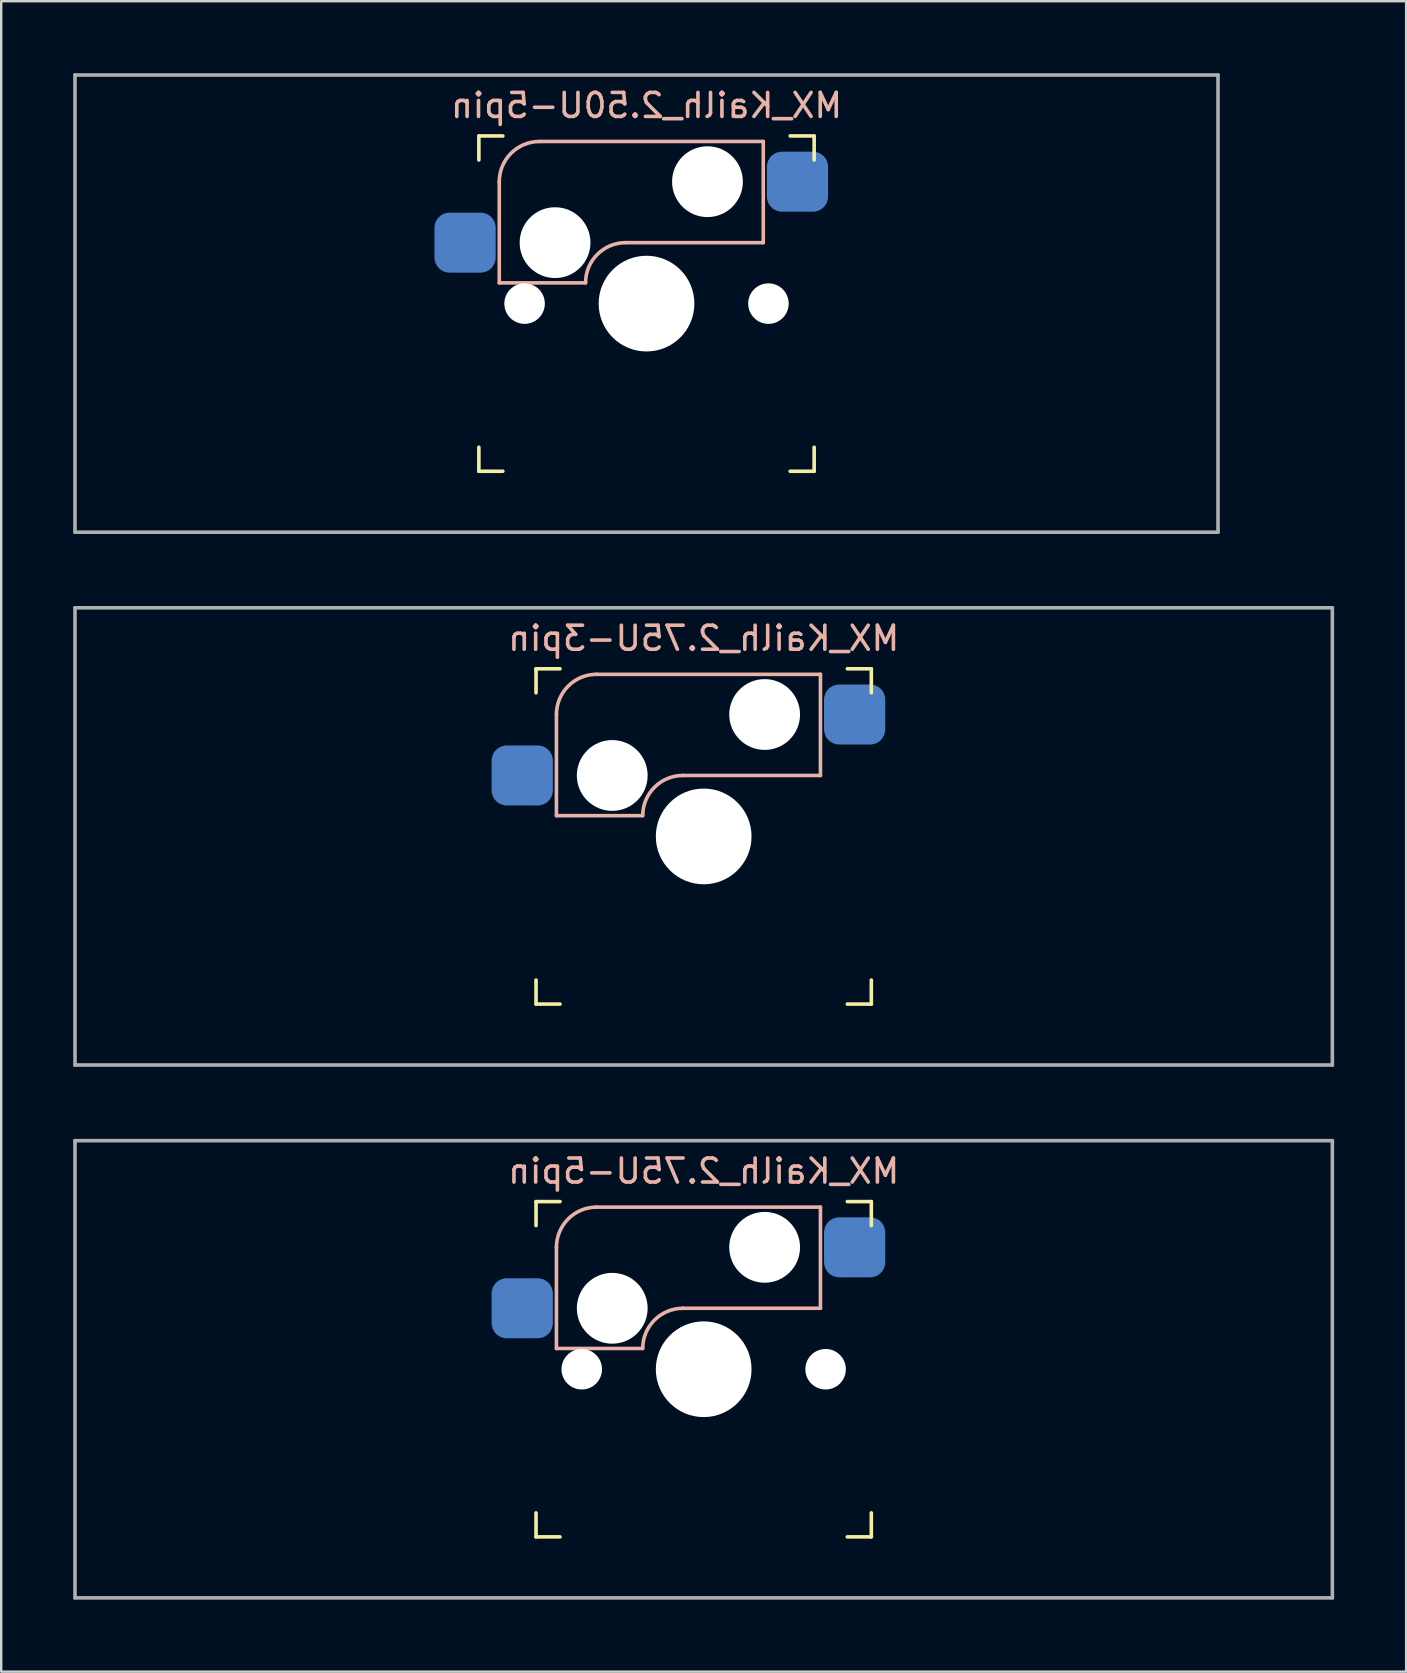
<source format=kicad_pcb>
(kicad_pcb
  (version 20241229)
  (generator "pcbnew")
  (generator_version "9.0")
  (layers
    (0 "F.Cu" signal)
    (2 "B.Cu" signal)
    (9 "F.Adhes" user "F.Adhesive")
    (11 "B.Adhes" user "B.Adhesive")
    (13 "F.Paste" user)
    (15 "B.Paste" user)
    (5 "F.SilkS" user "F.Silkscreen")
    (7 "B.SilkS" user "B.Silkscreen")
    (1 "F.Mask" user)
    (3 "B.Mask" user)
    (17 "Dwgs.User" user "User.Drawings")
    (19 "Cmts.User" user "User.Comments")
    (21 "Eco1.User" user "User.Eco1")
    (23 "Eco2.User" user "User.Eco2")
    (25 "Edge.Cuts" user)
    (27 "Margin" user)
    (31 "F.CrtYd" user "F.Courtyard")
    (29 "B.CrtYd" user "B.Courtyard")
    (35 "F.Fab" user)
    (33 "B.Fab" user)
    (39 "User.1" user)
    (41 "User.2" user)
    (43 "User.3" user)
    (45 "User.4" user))
  (footprint "MX_Kailh_2.75U-5pin"
    (layer "F.Cu")
    (at 26.269 54)
    (property "Reference" "MX_Kailh_2.75U-5pin" (at 0 -8.255 0) (layer "B.SilkS") (effects (font (size 1 1) (thickness 0.15)) (justify mirror)))
    (attr smd)
    (fp_line (start -6.985 -5.985) (end -6.985 -6.985) (stroke (width 0.15) (type solid)) (layer "F.SilkS"))
    (fp_line (start -6.985 6.985) (end -6.985 5.985) (stroke (width 0.15) (type solid)) (layer "F.SilkS"))
    (fp_line (start -6.985 6.985) (end -5.985 6.985) (stroke (width 0.15) (type solid)) (layer "F.SilkS"))
    (fp_line (start -5.985 -6.985) (end -6.985 -6.985) (stroke (width 0.15) (type solid)) (layer "F.SilkS"))
    (fp_line (start 5.985 6.985) (end 6.985 6.985) (stroke (width 0.15) (type solid)) (layer "F.SilkS"))
    (fp_line (start 6.985 -6.985) (end 5.985 -6.985) (stroke (width 0.15) (type solid)) (layer "F.SilkS"))
    (fp_line (start 6.985 -6.985) (end 6.985 -5.985) (stroke (width 0.15) (type solid)) (layer "F.SilkS"))
    (fp_line (start 6.985 5.985) (end 6.985 6.985) (stroke (width 0.15) (type solid)) (layer "F.SilkS"))
    (fp_line (start -6.135 -5.08) (end -6.135 -0.865) (stroke (width 0.15) (type solid)) (layer "B.SilkS"))
    (fp_line (start -6.135 -0.865) (end -2.54 -0.865) (stroke (width 0.15) (type solid)) (layer "B.SilkS"))
    (fp_line (start -4.46 -6.755) (end 4.865 -6.755) (stroke (width 0.15) (type solid)) (layer "B.SilkS"))
    (fp_line (start -0.865 -2.54) (end 4.865 -2.54) (stroke (width 0.15) (type solid)) (layer "B.SilkS"))
    (fp_line (start 4.865 -6.755) (end 4.865 -2.54) (stroke (width 0.15) (type solid)) (layer "B.SilkS"))
    (fp_arc (start -6.135 -5.08) (mid -5.644404 -6.264404) (end -4.46 -6.755) (stroke (width 0.15) (type solid)) (layer "B.SilkS"))
    (fp_arc (start -2.54 -0.865) (mid -2.049404 -2.049404) (end -0.865 -2.54) (stroke (width 0.15) (type solid)) (layer "B.SilkS"))
    (fp_line (start -6.985 6.985) (end -6.985 -6.985) (stroke (width 0.15) (type solid)) (layer "Eco2.User"))
    (fp_line (start -6.985 6.985) (end 6.985 6.985) (stroke (width 0.15) (type solid)) (layer "Eco2.User"))
    (fp_line (start 6.985 -6.985) (end -6.985 -6.985) (stroke (width 0.15) (type solid)) (layer "Eco2.User"))
    (fp_line (start 6.985 -6.985) (end 6.985 6.985) (stroke (width 0.15) (type solid)) (layer "Eco2.User"))
    (fp_line (start -26.194 -9.525) (end 26.194 -9.525) (stroke (width 0.15) (type solid)) (layer "F.Fab"))
    (fp_line (start -26.194 9.525) (end -26.194 -9.525) (stroke (width 0.15) (type solid)) (layer "F.Fab"))
    (fp_line (start 26.194 -9.525) (end 26.194 9.525) (stroke (width 0.15) (type solid)) (layer "F.Fab"))
    (fp_line (start 26.194 9.525) (end -26.194 9.525) (stroke (width 0.15) (type solid)) (layer "F.Fab"))
    (pad "" np_thru_hole circle (at -5.08 0) (size 1.688 1.688) (drill 1.688) (layers "*.Cu" "*.Mask"))
    (pad "" np_thru_hole circle (at -3.81 -2.54) (size 2.95 2.95) (drill 2.95) (layers "*.Cu" "*.Mask"))
    (pad "" np_thru_hole circle (at 0 0) (size 3.988 3.988) (drill 3.988) (layers "*.Cu" "*.Mask"))
    (pad "" np_thru_hole circle (at 2.54 -5.08) (size 2.95 2.95) (drill 2.95) (layers "*.Cu" "*.Mask"))
    (pad "" np_thru_hole circle (at 5.08 0) (size 1.688 1.688) (drill 1.688) (layers "*.Cu" "*.Mask"))
    (pad "1" smd roundrect (at 6.29 -5.08) (size 2.55 2.5) (layers "B.Cu" "B.Mask" "B.Paste") (roundrect_rratio 0.25))
    (pad "2" smd roundrect (at -7.56 -2.54) (size 2.55 2.5) (layers "B.Cu" "B.Mask" "B.Paste") (roundrect_rratio 0.25)))
  (footprint "MX_Kailh_2.75U-3pin"
    (layer "F.Cu")
    (at 26.269 31.8)
    (property "Reference" "MX_Kailh_2.75U-3pin" (at 0 -8.255 0) (layer "B.SilkS") (effects (font (size 1 1) (thickness 0.15)) (justify mirror)))
    (attr smd)
    (fp_line (start -6.985 -5.985) (end -6.985 -6.985) (stroke (width 0.15) (type solid)) (layer "F.SilkS"))
    (fp_line (start -6.985 6.985) (end -6.985 5.985) (stroke (width 0.15) (type solid)) (layer "F.SilkS"))
    (fp_line (start -6.985 6.985) (end -5.985 6.985) (stroke (width 0.15) (type solid)) (layer "F.SilkS"))
    (fp_line (start -5.985 -6.985) (end -6.985 -6.985) (stroke (width 0.15) (type solid)) (layer "F.SilkS"))
    (fp_line (start 5.985 6.985) (end 6.985 6.985) (stroke (width 0.15) (type solid)) (layer "F.SilkS"))
    (fp_line (start 6.985 -6.985) (end 5.985 -6.985) (stroke (width 0.15) (type solid)) (layer "F.SilkS"))
    (fp_line (start 6.985 -6.985) (end 6.985 -5.985) (stroke (width 0.15) (type solid)) (layer "F.SilkS"))
    (fp_line (start 6.985 5.985) (end 6.985 6.985) (stroke (width 0.15) (type solid)) (layer "F.SilkS"))
    (fp_line (start -6.135 -5.08) (end -6.135 -0.865) (stroke (width 0.15) (type solid)) (layer "B.SilkS"))
    (fp_line (start -6.135 -0.865) (end -2.54 -0.865) (stroke (width 0.15) (type solid)) (layer "B.SilkS"))
    (fp_line (start -4.46 -6.755) (end 4.865 -6.755) (stroke (width 0.15) (type solid)) (layer "B.SilkS"))
    (fp_line (start -0.865 -2.54) (end 4.865 -2.54) (stroke (width 0.15) (type solid)) (layer "B.SilkS"))
    (fp_line (start 4.865 -6.755) (end 4.865 -2.54) (stroke (width 0.15) (type solid)) (layer "B.SilkS"))
    (fp_arc (start -6.135 -5.08) (mid -5.644404 -6.264404) (end -4.46 -6.755) (stroke (width 0.15) (type solid)) (layer "B.SilkS"))
    (fp_arc (start -2.54 -0.865) (mid -2.049404 -2.049404) (end -0.865 -2.54) (stroke (width 0.15) (type solid)) (layer "B.SilkS"))
    (fp_line (start -6.985 6.985) (end -6.985 -6.985) (stroke (width 0.15) (type solid)) (layer "Eco2.User"))
    (fp_line (start -6.985 6.985) (end 6.985 6.985) (stroke (width 0.15) (type solid)) (layer "Eco2.User"))
    (fp_line (start 6.985 -6.985) (end -6.985 -6.985) (stroke (width 0.15) (type solid)) (layer "Eco2.User"))
    (fp_line (start 6.985 -6.985) (end 6.985 6.985) (stroke (width 0.15) (type solid)) (layer "Eco2.User"))
    (fp_line (start -26.194 -9.525) (end 26.194 -9.525) (stroke (width 0.15) (type solid)) (layer "F.Fab"))
    (fp_line (start -26.194 9.525) (end -26.194 -9.525) (stroke (width 0.15) (type solid)) (layer "F.Fab"))
    (fp_line (start 26.194 -9.525) (end 26.194 9.525) (stroke (width 0.15) (type solid)) (layer "F.Fab"))
    (fp_line (start 26.194 9.525) (end -26.194 9.525) (stroke (width 0.15) (type solid)) (layer "F.Fab"))
    (pad "" np_thru_hole circle (at -3.81 -2.54) (size 2.95 2.95) (drill 2.95) (layers "*.Cu" "*.Mask"))
    (pad "" np_thru_hole circle (at 0 0) (size 3.988 3.988) (drill 3.988) (layers "*.Cu" "*.Mask"))
    (pad "" np_thru_hole circle (at 2.54 -5.08) (size 2.95 2.95) (drill 2.95) (layers "*.Cu" "*.Mask"))
    (pad "1" smd roundrect (at 6.29 -5.08) (size 2.55 2.5) (layers "B.Cu" "B.Mask" "B.Paste") (roundrect_rratio 0.25))
    (pad "2" smd roundrect (at -7.56 -2.54) (size 2.55 2.5) (layers "B.Cu" "B.Mask" "B.Paste") (roundrect_rratio 0.25)))
  (footprint "MX_Kailh_2.50U-5pin"
    (layer "F.Cu")
    (at 23.887 9.6)
    (property "Reference" "MX_Kailh_2.50U-5pin" (at 0 -8.255 0) (layer "B.SilkS") (effects (font (size 1 1) (thickness 0.15)) (justify mirror)))
    (attr smd)
    (fp_line (start -6.985 -5.985) (end -6.985 -6.985) (stroke (width 0.15) (type solid)) (layer "F.SilkS"))
    (fp_line (start -6.985 6.985) (end -6.985 5.985) (stroke (width 0.15) (type solid)) (layer "F.SilkS"))
    (fp_line (start -6.985 6.985) (end -5.985 6.985) (stroke (width 0.15) (type solid)) (layer "F.SilkS"))
    (fp_line (start -5.985 -6.985) (end -6.985 -6.985) (stroke (width 0.15) (type solid)) (layer "F.SilkS"))
    (fp_line (start 5.985 6.985) (end 6.985 6.985) (stroke (width 0.15) (type solid)) (layer "F.SilkS"))
    (fp_line (start 6.985 -6.985) (end 5.985 -6.985) (stroke (width 0.15) (type solid)) (layer "F.SilkS"))
    (fp_line (start 6.985 -6.985) (end 6.985 -5.985) (stroke (width 0.15) (type solid)) (layer "F.SilkS"))
    (fp_line (start 6.985 5.985) (end 6.985 6.985) (stroke (width 0.15) (type solid)) (layer "F.SilkS"))
    (fp_line (start -6.135 -5.08) (end -6.135 -0.865) (stroke (width 0.15) (type solid)) (layer "B.SilkS"))
    (fp_line (start -6.135 -0.865) (end -2.54 -0.865) (stroke (width 0.15) (type solid)) (layer "B.SilkS"))
    (fp_line (start -4.46 -6.755) (end 4.865 -6.755) (stroke (width 0.15) (type solid)) (layer "B.SilkS"))
    (fp_line (start -0.865 -2.54) (end 4.865 -2.54) (stroke (width 0.15) (type solid)) (layer "B.SilkS"))
    (fp_line (start 4.865 -6.755) (end 4.865 -2.54) (stroke (width 0.15) (type solid)) (layer "B.SilkS"))
    (fp_arc (start -6.135 -5.08) (mid -5.644404 -6.264404) (end -4.46 -6.755) (stroke (width 0.15) (type solid)) (layer "B.SilkS"))
    (fp_arc (start -2.54 -0.865) (mid -2.049404 -2.049404) (end -0.865 -2.54) (stroke (width 0.15) (type solid)) (layer "B.SilkS"))
    (fp_line (start -6.985 6.985) (end -6.985 -6.985) (stroke (width 0.15) (type solid)) (layer "Eco2.User"))
    (fp_line (start -6.985 6.985) (end 6.985 6.985) (stroke (width 0.15) (type solid)) (layer "Eco2.User"))
    (fp_line (start 6.985 -6.985) (end -6.985 -6.985) (stroke (width 0.15) (type solid)) (layer "Eco2.User"))
    (fp_line (start 6.985 -6.985) (end 6.985 6.985) (stroke (width 0.15) (type solid)) (layer "Eco2.User"))
    (fp_line (start -23.812 -9.525) (end 23.812 -9.525) (stroke (width 0.15) (type solid)) (layer "F.Fab"))
    (fp_line (start -23.812 9.525) (end -23.812 -9.525) (stroke (width 0.15) (type solid)) (layer "F.Fab"))
    (fp_line (start 23.812 -9.525) (end 23.812 9.525) (stroke (width 0.15) (type solid)) (layer "F.Fab"))
    (fp_line (start 23.812 9.525) (end -23.812 9.525) (stroke (width 0.15) (type solid)) (layer "F.Fab"))
    (pad "" np_thru_hole circle (at -5.08 0) (size 1.688 1.688) (drill 1.688) (layers "*.Cu" "*.Mask"))
    (pad "" np_thru_hole circle (at -3.81 -2.54) (size 2.95 2.95) (drill 2.95) (layers "*.Cu" "*.Mask"))
    (pad "" np_thru_hole circle (at 0 0) (size 3.988 3.988) (drill 3.988) (layers "*.Cu" "*.Mask"))
    (pad "" np_thru_hole circle (at 2.54 -5.08) (size 2.95 2.95) (drill 2.95) (layers "*.Cu" "*.Mask"))
    (pad "" np_thru_hole circle (at 5.08 0) (size 1.688 1.688) (drill 1.688) (layers "*.Cu" "*.Mask"))
    (pad "1" smd roundrect (at 6.29 -5.08) (size 2.55 2.5) (layers "B.Cu" "B.Mask" "B.Paste") (roundrect_rratio 0.25))
    (pad "2" smd roundrect (at -7.56 -2.54) (size 2.55 2.5) (layers "B.Cu" "B.Mask" "B.Paste") (roundrect_rratio 0.25)))
  (gr_rect
    (start -3 -3)
    (end 55.538 66.6)
    (stroke (width 0.1) (type default))
    (fill no)
    (layer "Edge.Cuts")))
</source>
